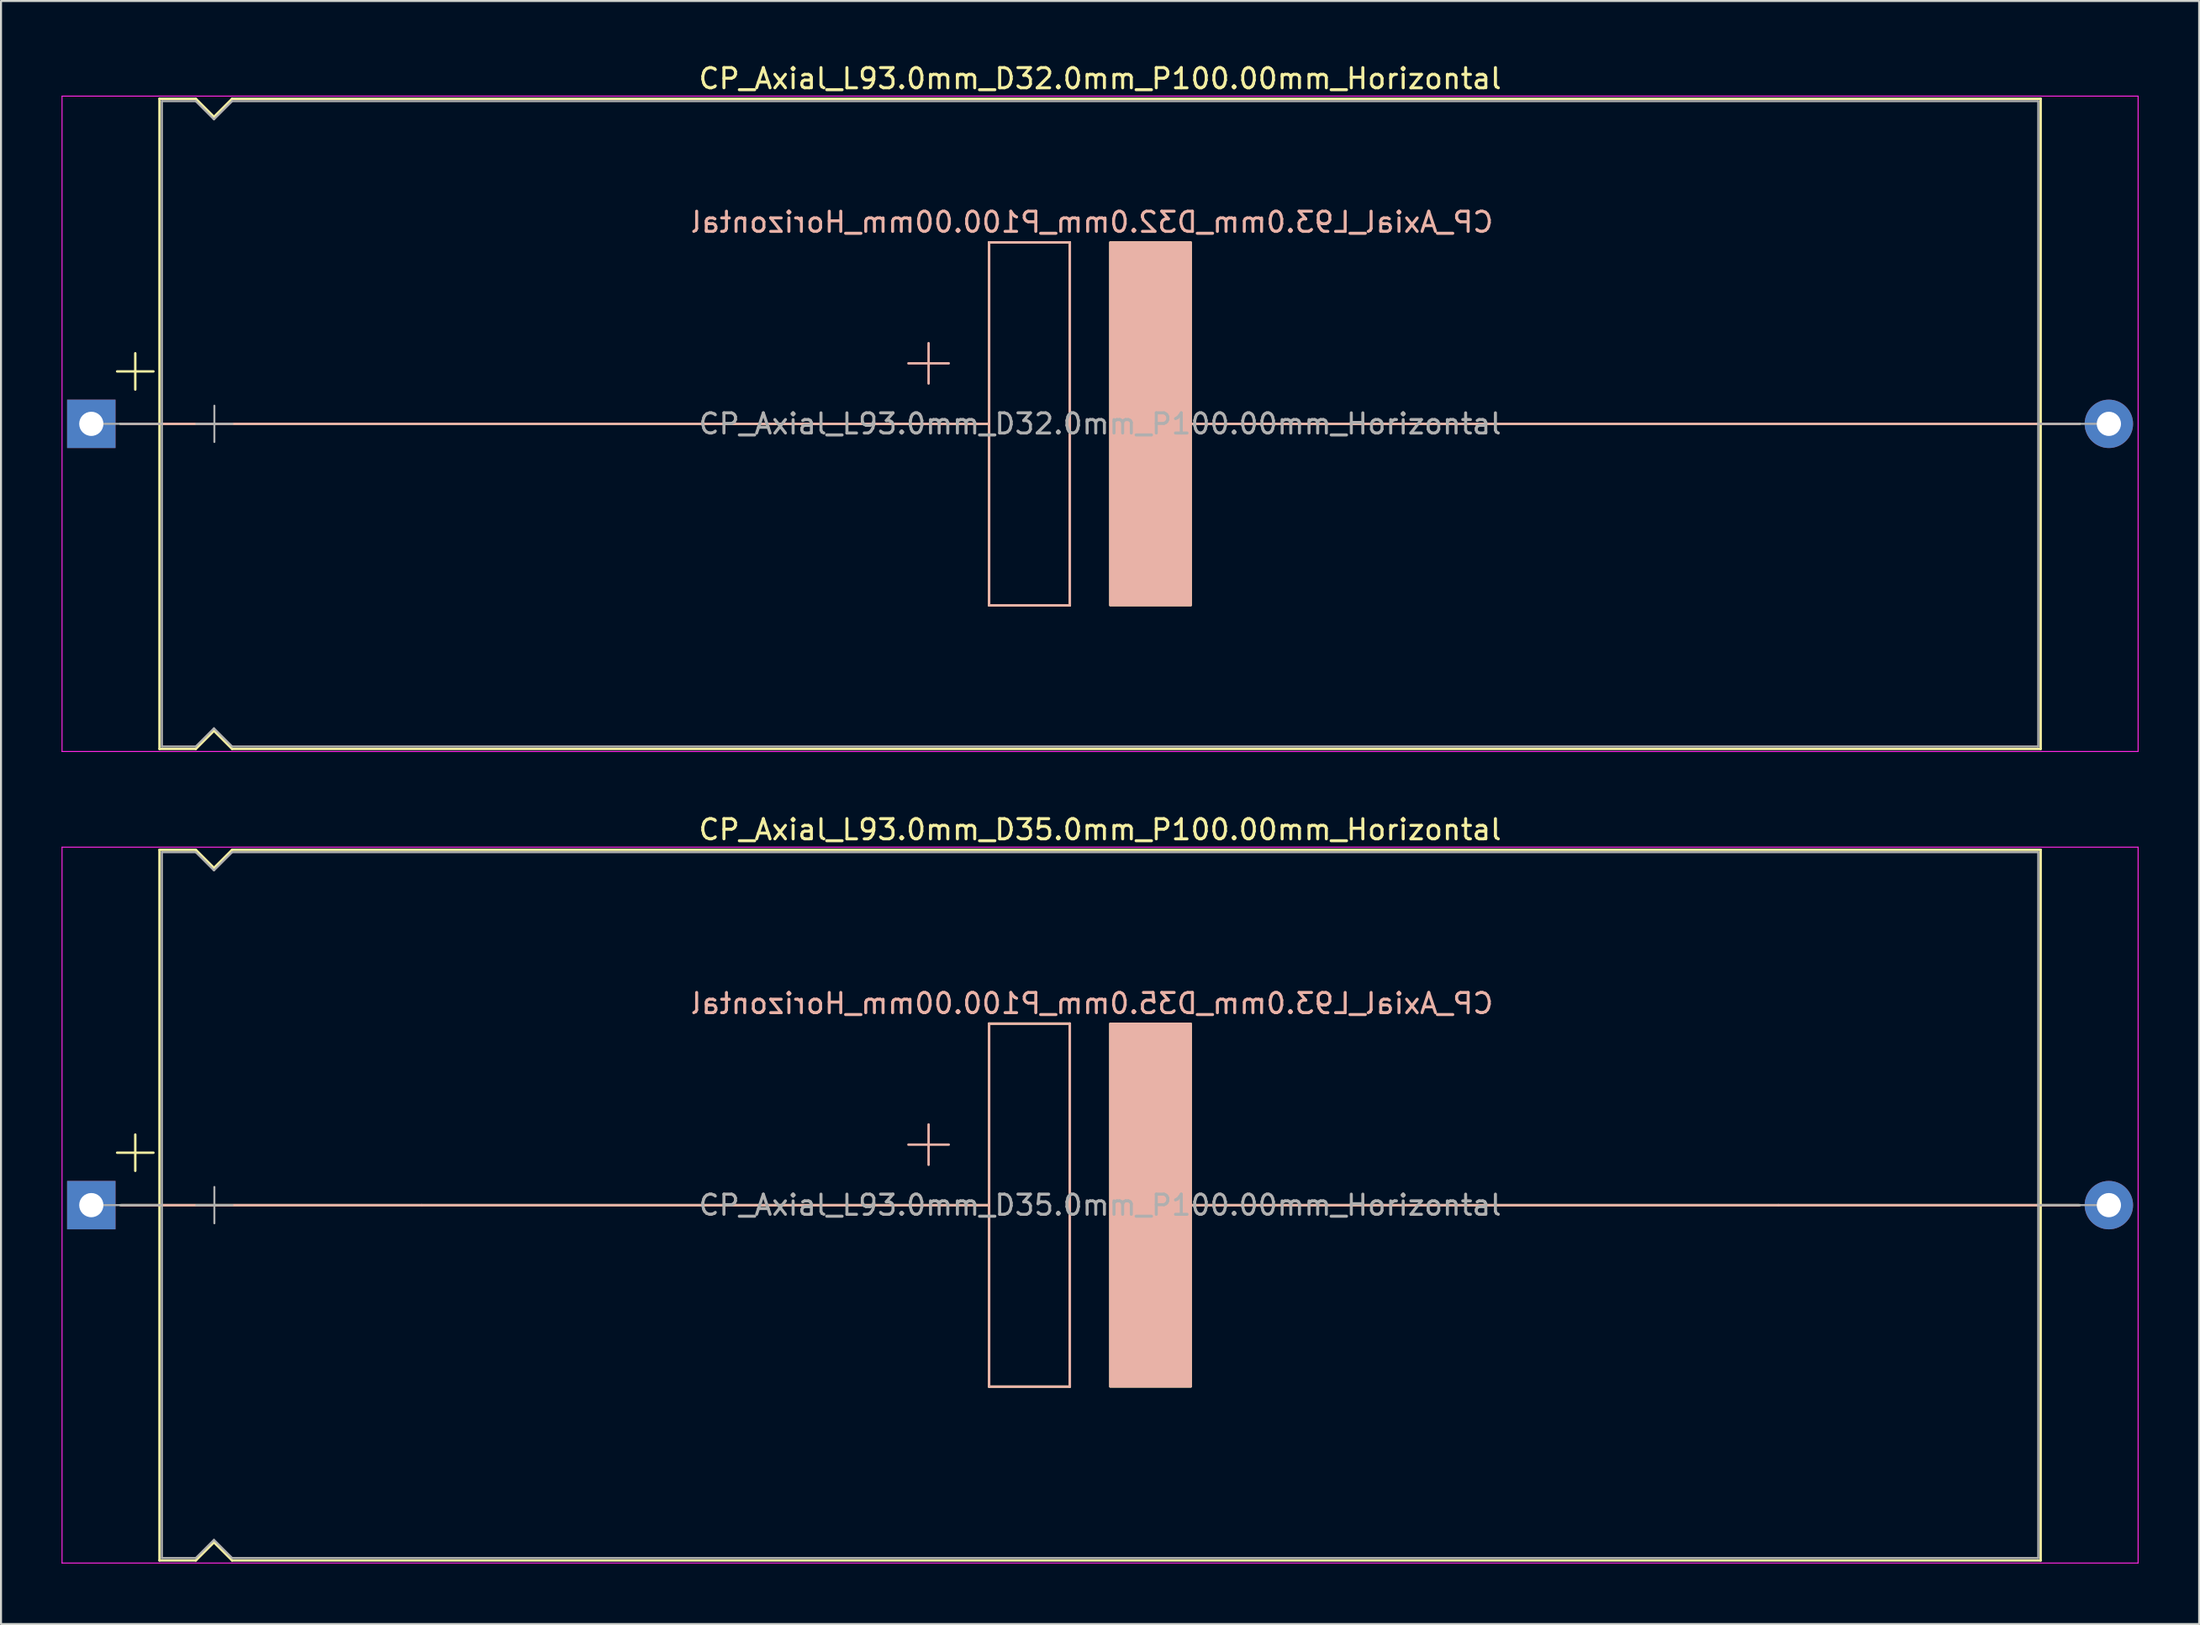
<source format=kicad_pcb>
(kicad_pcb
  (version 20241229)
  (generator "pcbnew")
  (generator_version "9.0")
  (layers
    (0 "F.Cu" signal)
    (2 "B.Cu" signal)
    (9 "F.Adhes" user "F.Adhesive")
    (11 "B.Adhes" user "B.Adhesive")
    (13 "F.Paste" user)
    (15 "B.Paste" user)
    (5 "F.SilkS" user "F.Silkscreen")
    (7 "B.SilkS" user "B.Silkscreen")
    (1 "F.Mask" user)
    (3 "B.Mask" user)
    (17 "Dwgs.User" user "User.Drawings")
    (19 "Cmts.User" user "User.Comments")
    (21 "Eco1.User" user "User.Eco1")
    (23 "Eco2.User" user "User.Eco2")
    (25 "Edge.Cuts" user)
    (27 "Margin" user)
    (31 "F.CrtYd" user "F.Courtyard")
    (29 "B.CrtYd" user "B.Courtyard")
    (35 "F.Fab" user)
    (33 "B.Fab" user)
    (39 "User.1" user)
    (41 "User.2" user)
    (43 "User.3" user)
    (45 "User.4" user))
  (footprint "CP_Axial_L93.0mm_D35.0mm_P100.00mm_Horizontal"
    (layer "F.Cu")
    (at 1.475 56.712)
    (property "Reference" "CP_Axial_L93.0mm_D35.0mm_P100.00mm_Horizontal" (at 50 -18.62 0) (layer "F.SilkS") (effects (font (size 1 1) (thickness 0.15))))
    (fp_line (start 1.28 -2.6) (end 3.08 -2.6) (stroke (width 0.12) (type solid)) (layer "F.SilkS"))
    (fp_line (start 1.44 0) (end 3.38 0) (stroke (width 0.12) (type solid)) (layer "F.SilkS"))
    (fp_line (start 2.18 -3.5) (end 2.18 -1.7) (stroke (width 0.12) (type solid)) (layer "F.SilkS"))
    (fp_line (start 3.38 -17.62) (end 3.38 17.62) (stroke (width 0.12) (type solid)) (layer "F.SilkS"))
    (fp_line (start 3.38 -17.62) (end 5.18 -17.62) (stroke (width 0.12) (type solid)) (layer "F.SilkS"))
    (fp_line (start 3.38 0) (end 44.5 0) (stroke (width 0.12) (type solid)) (layer "F.SilkS"))
    (fp_line (start 3.38 17.62) (end 5.18 17.62) (stroke (width 0.12) (type solid)) (layer "F.SilkS"))
    (fp_line (start 5.18 -17.62) (end 6.08 -16.72) (stroke (width 0.12) (type solid)) (layer "F.SilkS"))
    (fp_line (start 5.18 17.62) (end 6.08 16.72) (stroke (width 0.12) (type solid)) (layer "F.SilkS"))
    (fp_line (start 6.08 -16.72) (end 6.98 -17.62) (stroke (width 0.12) (type solid)) (layer "F.SilkS"))
    (fp_line (start 6.08 16.72) (end 6.98 17.62) (stroke (width 0.12) (type solid)) (layer "F.SilkS"))
    (fp_line (start 6.98 -17.62) (end 96.62 -17.62) (stroke (width 0.12) (type solid)) (layer "F.SilkS"))
    (fp_line (start 6.98 17.62) (end 96.62 17.62) (stroke (width 0.12) (type solid)) (layer "F.SilkS"))
    (fp_line (start 44.5 -9) (end 48.5 -9) (stroke (width 0.12) (type solid)) (layer "F.SilkS"))
    (fp_line (start 44.5 9) (end 44.5 -9) (stroke (width 0.12) (type solid)) (layer "F.SilkS"))
    (fp_line (start 48.5 -9) (end 48.5 9) (stroke (width 0.12) (type solid)) (layer "F.SilkS"))
    (fp_line (start 48.5 9) (end 44.5 9) (stroke (width 0.12) (type solid)) (layer "F.SilkS"))
    (fp_line (start 54.5 0) (end 96.62 0) (stroke (width 0.12) (type solid)) (layer "F.SilkS"))
    (fp_line (start 96.62 -17.62) (end 96.62 17.62) (stroke (width 0.12) (type solid)) (layer "F.SilkS"))
    (fp_line (start 98.56 0) (end 96.62 0) (stroke (width 0.12) (type solid)) (layer "F.SilkS"))
    (fp_poly (pts (xy 54.5 9) (xy 50.5 9) (xy 50.5 -9) (xy 54.5 -9)) (stroke (width 0.1) (type solid)) (fill yes) (layer "F.SilkS"))
    (fp_line (start 1.5 0) (end 16.38 0) (stroke (width 0.12) (type solid)) (layer "B.SilkS"))
    (fp_line (start 16.38 0) (end 44.5 0) (stroke (width 0.12) (type solid)) (layer "B.SilkS"))
    (fp_line (start 41.5 -2) (end 41.5 -4) (stroke (width 0.12) (type solid)) (layer "B.SilkS"))
    (fp_line (start 42.5 -3) (end 40.5 -3) (stroke (width 0.12) (type solid)) (layer "B.SilkS"))
    (fp_line (start 44.5 -9) (end 48.5 -9) (stroke (width 0.12) (type solid)) (layer "B.SilkS"))
    (fp_line (start 44.5 9) (end 44.5 -9) (stroke (width 0.12) (type solid)) (layer "B.SilkS"))
    (fp_line (start 48.5 -9) (end 48.5 9) (stroke (width 0.12) (type solid)) (layer "B.SilkS"))
    (fp_line (start 48.5 9) (end 44.5 9) (stroke (width 0.12) (type solid)) (layer "B.SilkS"))
    (fp_line (start 54.5 0) (end 83.62 0) (stroke (width 0.12) (type solid)) (layer "B.SilkS"))
    (fp_line (start 98.5 0) (end 83.62 0) (stroke (width 0.12) (type solid)) (layer "B.SilkS"))
    (fp_poly (pts (xy 54.5 9) (xy 50.5 9) (xy 50.5 -9) (xy 54.5 -9)) (stroke (width 0.1) (type solid)) (fill yes) (layer "B.SilkS"))
    (fp_line (start -1.45 -17.75) (end -1.45 17.75) (stroke (width 0.05) (type solid)) (layer "F.CrtYd"))
    (fp_line (start -1.45 17.75) (end 101.45 17.75) (stroke (width 0.05) (type solid)) (layer "F.CrtYd"))
    (fp_line (start 101.45 -17.75) (end -1.45 -17.75) (stroke (width 0.05) (type solid)) (layer "F.CrtYd"))
    (fp_line (start 101.45 17.75) (end 101.45 -17.75) (stroke (width 0.05) (type solid)) (layer "F.CrtYd"))
    (fp_line (start 0 0) (end 3.5 0) (stroke (width 0.1) (type solid)) (layer "F.Fab"))
    (fp_line (start 3.5 -17.5) (end 3.5 17.5) (stroke (width 0.1) (type solid)) (layer "F.Fab"))
    (fp_line (start 3.5 -17.5) (end 5.18 -17.5) (stroke (width 0.1) (type solid)) (layer "F.Fab"))
    (fp_line (start 3.5 17.5) (end 5.18 17.5) (stroke (width 0.1) (type solid)) (layer "F.Fab"))
    (fp_line (start 5.18 -17.5) (end 6.08 -16.6) (stroke (width 0.1) (type solid)) (layer "F.Fab"))
    (fp_line (start 5.18 17.5) (end 6.08 16.6) (stroke (width 0.1) (type solid)) (layer "F.Fab"))
    (fp_line (start 5.2 0) (end 7 0) (stroke (width 0.1) (type solid)) (layer "F.Fab"))
    (fp_line (start 6.08 -16.6) (end 6.98 -17.5) (stroke (width 0.1) (type solid)) (layer "F.Fab"))
    (fp_line (start 6.08 16.6) (end 6.98 17.5) (stroke (width 0.1) (type solid)) (layer "F.Fab"))
    (fp_line (start 6.1 -0.9) (end 6.1 0.9) (stroke (width 0.1) (type solid)) (layer "F.Fab"))
    (fp_line (start 6.98 -17.5) (end 96.5 -17.5) (stroke (width 0.1) (type solid)) (layer "F.Fab"))
    (fp_line (start 6.98 17.5) (end 96.5 17.5) (stroke (width 0.1) (type solid)) (layer "F.Fab"))
    (fp_line (start 96.5 -17.5) (end 96.5 17.5) (stroke (width 0.1) (type solid)) (layer "F.Fab"))
    (fp_line (start 100 0) (end 96.5 0) (stroke (width 0.1) (type solid)) (layer "F.Fab"))
    (fp_text user "${REFERENCE}" (at 49.6 -10 0) (layer "B.SilkS") (effects (font (size 1 1) (thickness 0.15)) (justify mirror)))
    (fp_text user "${REFERENCE}" (at 50 0 0) (layer "F.Fab") (effects (font (size 1 1) (thickness 0.15))))
    (pad "1" thru_hole rect (at 0 0) (size 2.4 2.4) (drill 1.2) (layers "*.Cu" "*.Mask"))
    (pad "2" thru_hole oval (at 100 0) (size 2.4 2.4) (drill 1.2) (layers "*.Cu" "*.Mask")))
  (footprint "CP_Axial_L93.0mm_D32.0mm_P100.00mm_Horizontal"
    (layer "F.Cu")
    (at 1.475 17.968)
    (property "Reference" "CP_Axial_L93.0mm_D32.0mm_P100.00mm_Horizontal" (at 50 -17.12 0) (layer "F.SilkS") (effects (font (size 1 1) (thickness 0.15))))
    (fp_line (start 1.28 -2.6) (end 3.08 -2.6) (stroke (width 0.12) (type solid)) (layer "F.SilkS"))
    (fp_line (start 1.44 0) (end 3.38 0) (stroke (width 0.12) (type solid)) (layer "F.SilkS"))
    (fp_line (start 2.18 -3.5) (end 2.18 -1.7) (stroke (width 0.12) (type solid)) (layer "F.SilkS"))
    (fp_line (start 3.38 -16.12) (end 3.38 16.12) (stroke (width 0.12) (type solid)) (layer "F.SilkS"))
    (fp_line (start 3.38 -16.12) (end 5.18 -16.12) (stroke (width 0.12) (type solid)) (layer "F.SilkS"))
    (fp_line (start 3.38 0) (end 44.5 0) (stroke (width 0.12) (type solid)) (layer "F.SilkS"))
    (fp_line (start 3.38 16.12) (end 5.18 16.12) (stroke (width 0.12) (type solid)) (layer "F.SilkS"))
    (fp_line (start 5.18 -16.12) (end 6.08 -15.22) (stroke (width 0.12) (type solid)) (layer "F.SilkS"))
    (fp_line (start 5.18 16.12) (end 6.08 15.22) (stroke (width 0.12) (type solid)) (layer "F.SilkS"))
    (fp_line (start 6.08 -15.22) (end 6.98 -16.12) (stroke (width 0.12) (type solid)) (layer "F.SilkS"))
    (fp_line (start 6.08 15.22) (end 6.98 16.12) (stroke (width 0.12) (type solid)) (layer "F.SilkS"))
    (fp_line (start 6.98 -16.12) (end 96.62 -16.12) (stroke (width 0.12) (type solid)) (layer "F.SilkS"))
    (fp_line (start 6.98 16.12) (end 96.62 16.12) (stroke (width 0.12) (type solid)) (layer "F.SilkS"))
    (fp_line (start 44.5 -9) (end 48.5 -9) (stroke (width 0.12) (type solid)) (layer "F.SilkS"))
    (fp_line (start 44.5 9) (end 44.5 -9) (stroke (width 0.12) (type solid)) (layer "F.SilkS"))
    (fp_line (start 48.5 -9) (end 48.5 9) (stroke (width 0.12) (type solid)) (layer "F.SilkS"))
    (fp_line (start 48.5 9) (end 44.5 9) (stroke (width 0.12) (type solid)) (layer "F.SilkS"))
    (fp_line (start 54.5 0) (end 96.62 0) (stroke (width 0.12) (type solid)) (layer "F.SilkS"))
    (fp_line (start 96.62 -16.12) (end 96.62 16.12) (stroke (width 0.12) (type solid)) (layer "F.SilkS"))
    (fp_line (start 98.56 0) (end 96.62 0) (stroke (width 0.12) (type solid)) (layer "F.SilkS"))
    (fp_poly (pts (xy 54.5 9) (xy 50.5 9) (xy 50.5 -9) (xy 54.5 -9)) (stroke (width 0.1) (type solid)) (fill yes) (layer "F.SilkS"))
    (fp_line (start 1.5 0) (end 16.38 0) (stroke (width 0.12) (type solid)) (layer "B.SilkS"))
    (fp_line (start 16.38 0) (end 44.5 0) (stroke (width 0.12) (type solid)) (layer "B.SilkS"))
    (fp_line (start 41.5 -2) (end 41.5 -4) (stroke (width 0.12) (type solid)) (layer "B.SilkS"))
    (fp_line (start 42.5 -3) (end 40.5 -3) (stroke (width 0.12) (type solid)) (layer "B.SilkS"))
    (fp_line (start 44.5 -9) (end 48.5 -9) (stroke (width 0.12) (type solid)) (layer "B.SilkS"))
    (fp_line (start 44.5 9) (end 44.5 -9) (stroke (width 0.12) (type solid)) (layer "B.SilkS"))
    (fp_line (start 48.5 -9) (end 48.5 9) (stroke (width 0.12) (type solid)) (layer "B.SilkS"))
    (fp_line (start 48.5 9) (end 44.5 9) (stroke (width 0.12) (type solid)) (layer "B.SilkS"))
    (fp_line (start 54.5 0) (end 83.62 0) (stroke (width 0.12) (type solid)) (layer "B.SilkS"))
    (fp_line (start 98.5 0) (end 83.62 0) (stroke (width 0.12) (type solid)) (layer "B.SilkS"))
    (fp_poly (pts (xy 54.5 9) (xy 50.5 9) (xy 50.5 -9) (xy 54.5 -9)) (stroke (width 0.1) (type solid)) (fill yes) (layer "B.SilkS"))
    (fp_line (start -1.45 -16.25) (end -1.45 16.25) (stroke (width 0.05) (type solid)) (layer "F.CrtYd"))
    (fp_line (start -1.45 16.25) (end 101.45 16.25) (stroke (width 0.05) (type solid)) (layer "F.CrtYd"))
    (fp_line (start 101.45 -16.25) (end -1.45 -16.25) (stroke (width 0.05) (type solid)) (layer "F.CrtYd"))
    (fp_line (start 101.45 16.25) (end 101.45 -16.25) (stroke (width 0.05) (type solid)) (layer "F.CrtYd"))
    (fp_line (start 0 0) (end 3.5 0) (stroke (width 0.1) (type solid)) (layer "F.Fab"))
    (fp_line (start 3.5 -16) (end 3.5 16) (stroke (width 0.1) (type solid)) (layer "F.Fab"))
    (fp_line (start 3.5 -16) (end 5.18 -16) (stroke (width 0.1) (type solid)) (layer "F.Fab"))
    (fp_line (start 3.5 16) (end 5.18 16) (stroke (width 0.1) (type solid)) (layer "F.Fab"))
    (fp_line (start 5.18 -16) (end 6.08 -15.1) (stroke (width 0.1) (type solid)) (layer "F.Fab"))
    (fp_line (start 5.18 16) (end 6.08 15.1) (stroke (width 0.1) (type solid)) (layer "F.Fab"))
    (fp_line (start 5.2 0) (end 7 0) (stroke (width 0.1) (type solid)) (layer "F.Fab"))
    (fp_line (start 6.08 -15.1) (end 6.98 -16) (stroke (width 0.1) (type solid)) (layer "F.Fab"))
    (fp_line (start 6.08 15.1) (end 6.98 16) (stroke (width 0.1) (type solid)) (layer "F.Fab"))
    (fp_line (start 6.1 -0.9) (end 6.1 0.9) (stroke (width 0.1) (type solid)) (layer "F.Fab"))
    (fp_line (start 6.98 -16) (end 96.5 -16) (stroke (width 0.1) (type solid)) (layer "F.Fab"))
    (fp_line (start 6.98 16) (end 96.5 16) (stroke (width 0.1) (type solid)) (layer "F.Fab"))
    (fp_line (start 96.5 -16) (end 96.5 16) (stroke (width 0.1) (type solid)) (layer "F.Fab"))
    (fp_line (start 100 0) (end 96.5 0) (stroke (width 0.1) (type solid)) (layer "F.Fab"))
    (fp_text user "${REFERENCE}" (at 49.6 -10 0) (layer "B.SilkS") (effects (font (size 1 1) (thickness 0.15)) (justify mirror)))
    (fp_text user "${REFERENCE}" (at 50 0 0) (layer "F.Fab") (effects (font (size 1 1) (thickness 0.15))))
    (pad "1" thru_hole rect (at 0 0) (size 2.4 2.4) (drill 1.2) (layers "*.Cu" "*.Mask"))
    (pad "2" thru_hole oval (at 100 0) (size 2.4 2.4) (drill 1.2) (layers "*.Cu" "*.Mask")))
  (gr_rect
    (start -3 -3)
    (end 105.95 77.487)
    (stroke (width 0.1) (type default))
    (fill no)
    (layer "Edge.Cuts")))
</source>
